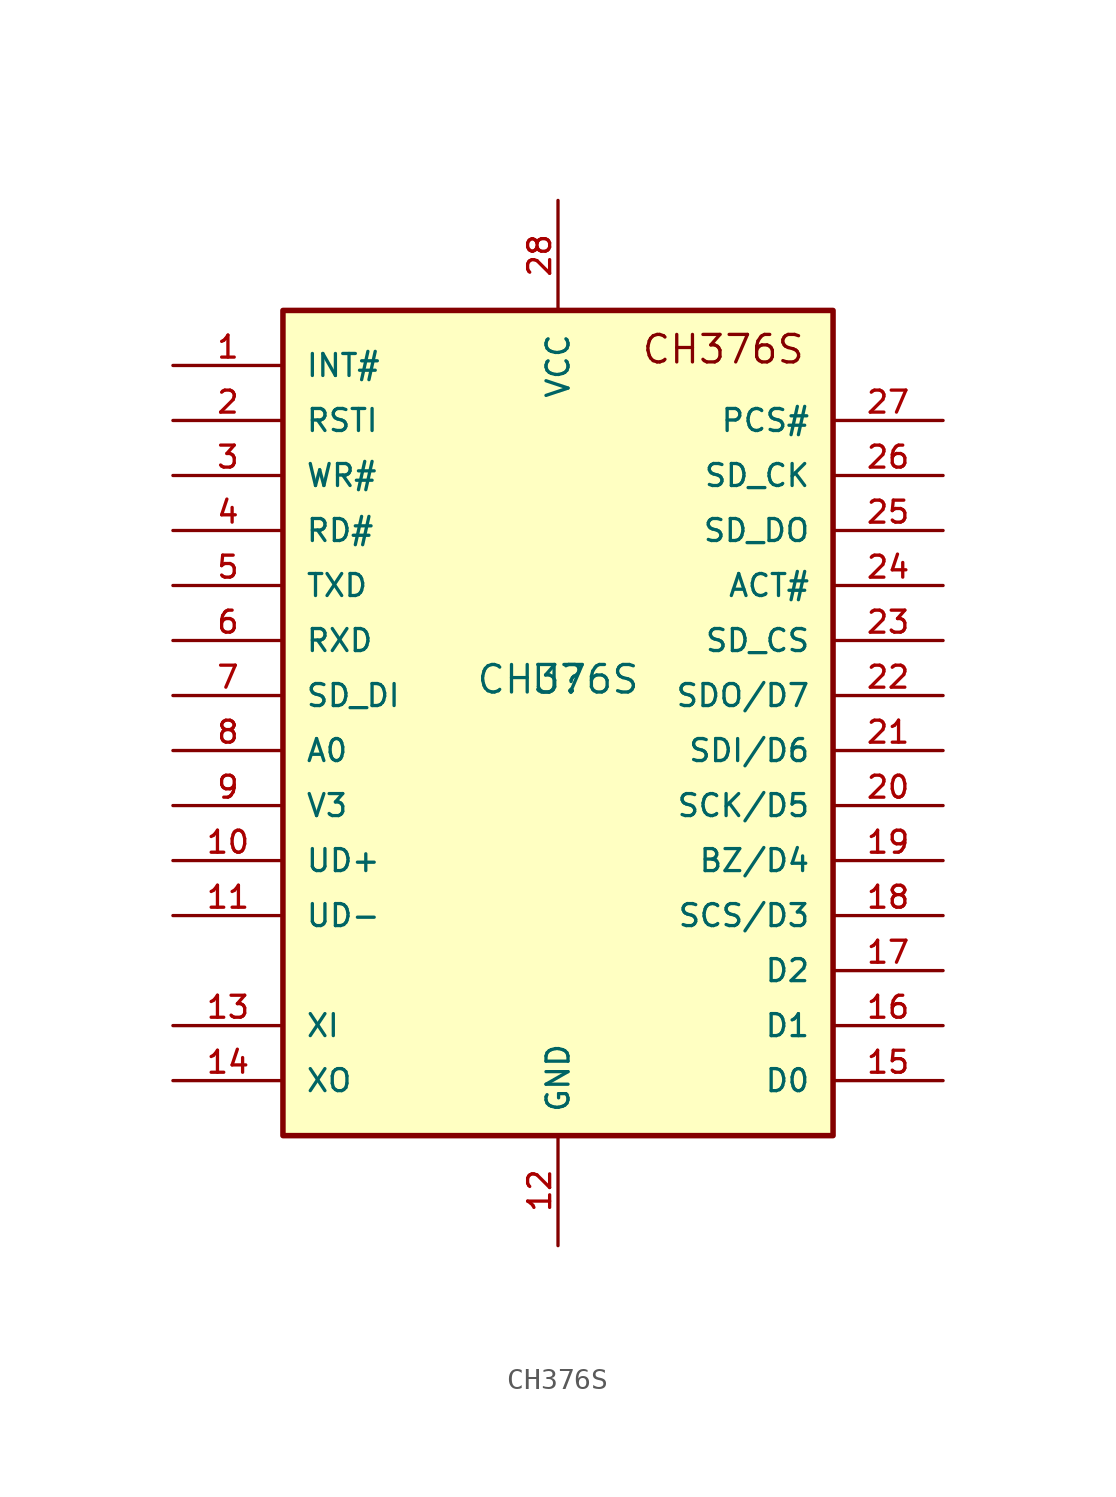
<source format=kicad_sym>
(kicad_symbol_lib
  (version 20220914)
  (generator kicad_symbol_editor)
  (symbol "CH376S"
    (pin_names
      (offset 1.016))
    (property "Reference" "U"
      (at 0 0 0)
      (effects (font (size 1.27 1.27)) (justify bottom)))
    (property "Value" "CH376S"
      (at 0 0 0)
      (effects (font (size 1.27 1.27)) (justify bottom)))
    (symbol "CH376S_0_0"
      (rectangle (start -12.7 -20.32) (end 12.7 17.78) (stroke (width 0.254) (type default)) (fill (type background)))
      (text "CH376S" (at 3.81 15.24 0) (effects (font (size 1.27 1.27)) (justify left bottom)))
      (pin bidirectional line (at -17.78 15.24 0) (length 5.08) (name "INT#" (effects (font (size 1.016 1.016)))) (number "1" (effects (font (size 1.016 1.016)))))
      (pin bidirectional line (at -17.78 -7.62 0) (length 5.08) (name "UD+" (effects (font (size 1.016 1.016)))) (number "10" (effects (font (size 1.016 1.016)))))
      (pin bidirectional line (at -17.78 -10.16 0) (length 5.08) (name "UD-" (effects (font (size 1.016 1.016)))) (number "11" (effects (font (size 1.016 1.016)))))
      (pin power_in line (at 0 -25.4 90) (length 5.08) (name "GND" (effects (font (size 1.016 1.016)))) (number "12" (effects (font (size 1.016 1.016)))))
      (pin bidirectional line (at -17.78 -15.24 0) (length 5.08) (name "XI" (effects (font (size 1.016 1.016)))) (number "13" (effects (font (size 1.016 1.016)))))
      (pin bidirectional line (at -17.78 -17.78 0) (length 5.08) (name "XO" (effects (font (size 1.016 1.016)))) (number "14" (effects (font (size 1.016 1.016)))))
      (pin bidirectional line (at 17.78 -17.78 180) (length 5.08) (name "D0" (effects (font (size 1.016 1.016)))) (number "15" (effects (font (size 1.016 1.016)))))
      (pin bidirectional line (at 17.78 -15.24 180) (length 5.08) (name "D1" (effects (font (size 1.016 1.016)))) (number "16" (effects (font (size 1.016 1.016)))))
      (pin bidirectional line (at 17.78 -12.7 180) (length 5.08) (name "D2" (effects (font (size 1.016 1.016)))) (number "17" (effects (font (size 1.016 1.016)))))
      (pin bidirectional line (at 17.78 -10.16 180) (length 5.08) (name "SCS/D3" (effects (font (size 1.016 1.016)))) (number "18" (effects (font (size 1.016 1.016)))))
      (pin bidirectional line (at 17.78 -7.62 180) (length 5.08) (name "BZ/D4" (effects (font (size 1.016 1.016)))) (number "19" (effects (font (size 1.016 1.016)))))
      (pin bidirectional line (at -17.78 12.7 0) (length 5.08) (name "RSTI" (effects (font (size 1.016 1.016)))) (number "2" (effects (font (size 1.016 1.016)))))
      (pin bidirectional line (at 17.78 -5.08 180) (length 5.08) (name "SCK/D5" (effects (font (size 1.016 1.016)))) (number "20" (effects (font (size 1.016 1.016)))))
      (pin bidirectional line (at 17.78 -2.54 180) (length 5.08) (name "SDI/D6" (effects (font (size 1.016 1.016)))) (number "21" (effects (font (size 1.016 1.016)))))
      (pin bidirectional line (at 17.78 0 180) (length 5.08) (name "SDO/D7" (effects (font (size 1.016 1.016)))) (number "22" (effects (font (size 1.016 1.016)))))
      (pin bidirectional line (at 17.78 2.54 180) (length 5.08) (name "SD_CS" (effects (font (size 1.016 1.016)))) (number "23" (effects (font (size 1.016 1.016)))))
      (pin bidirectional line (at 17.78 5.08 180) (length 5.08) (name "ACT#" (effects (font (size 1.016 1.016)))) (number "24" (effects (font (size 1.016 1.016)))))
      (pin bidirectional line (at 17.78 7.62 180) (length 5.08) (name "SD_DO" (effects (font (size 1.016 1.016)))) (number "25" (effects (font (size 1.016 1.016)))))
      (pin bidirectional line (at 17.78 10.16 180) (length 5.08) (name "SD_CK" (effects (font (size 1.016 1.016)))) (number "26" (effects (font (size 1.016 1.016)))))
      (pin bidirectional line (at 17.78 12.7 180) (length 5.08) (name "PCS#" (effects (font (size 1.016 1.016)))) (number "27" (effects (font (size 1.016 1.016)))))
      (pin power_in line (at 0 22.86 270) (length 5.08) (name "VCC" (effects (font (size 1.016 1.016)))) (number "28" (effects (font (size 1.016 1.016)))))
      (pin bidirectional line (at -17.78 10.16 0) (length 5.08) (name "WR#" (effects (font (size 1.016 1.016)))) (number "3" (effects (font (size 1.016 1.016)))))
      (pin bidirectional line (at -17.78 7.62 0) (length 5.08) (name "RD#" (effects (font (size 1.016 1.016)))) (number "4" (effects (font (size 1.016 1.016)))))
      (pin bidirectional line (at -17.78 5.08 0) (length 5.08) (name "TXD" (effects (font (size 1.016 1.016)))) (number "5" (effects (font (size 1.016 1.016)))))
      (pin bidirectional line (at -17.78 2.54 0) (length 5.08) (name "RXD" (effects (font (size 1.016 1.016)))) (number "6" (effects (font (size 1.016 1.016)))))
      (pin bidirectional line (at -17.78 0 0) (length 5.08) (name "SD_DI" (effects (font (size 1.016 1.016)))) (number "7" (effects (font (size 1.016 1.016)))))
      (pin bidirectional line (at -17.78 -2.54 0) (length 5.08) (name "A0" (effects (font (size 1.016 1.016)))) (number "8" (effects (font (size 1.016 1.016))))))
    (symbol "CH376S_1_0"
      (pin power_in line (at -17.78 -5.08 0) (length 5.08) (name "V3" (effects (font (size 1.016 1.016)))) (number "9" (effects (font (size 1.016 1.016))))))))
</source>
